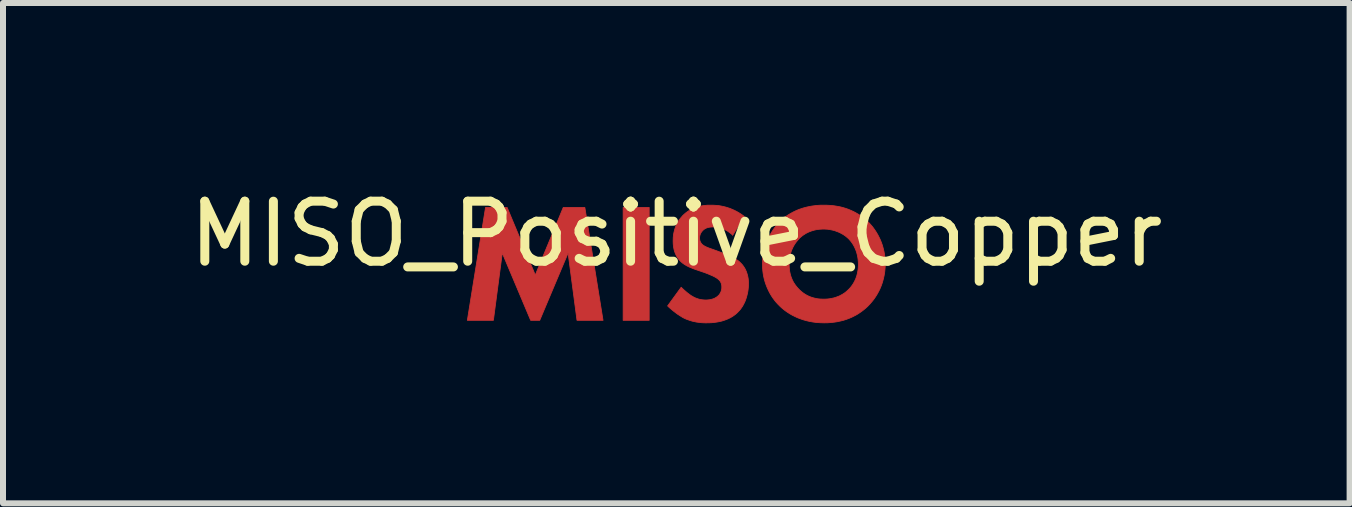
<source format=kicad_pcb>
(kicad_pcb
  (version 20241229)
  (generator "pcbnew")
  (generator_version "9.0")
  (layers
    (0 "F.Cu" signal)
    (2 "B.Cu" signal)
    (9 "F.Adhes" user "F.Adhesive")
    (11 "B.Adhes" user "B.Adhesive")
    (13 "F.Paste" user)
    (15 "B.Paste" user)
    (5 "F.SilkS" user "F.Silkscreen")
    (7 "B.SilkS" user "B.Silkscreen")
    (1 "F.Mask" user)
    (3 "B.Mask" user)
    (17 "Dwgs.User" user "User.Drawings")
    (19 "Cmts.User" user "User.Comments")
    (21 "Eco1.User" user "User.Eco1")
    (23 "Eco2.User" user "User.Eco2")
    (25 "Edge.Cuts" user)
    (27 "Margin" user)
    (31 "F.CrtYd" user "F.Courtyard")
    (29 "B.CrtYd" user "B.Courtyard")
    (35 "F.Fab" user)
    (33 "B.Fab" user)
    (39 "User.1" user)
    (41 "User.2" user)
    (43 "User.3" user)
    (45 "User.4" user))
  (footprint "MISO_Positive_Copper"
    (layer "F.Cu")
    (at 8.22 1.348)
    (property "Reference" "MISO_Positive_Copper" (at 0 -0.5 0) (unlocked yes) (layer "F.SilkS") (effects (font (size 1 1) (thickness 0.15))))
    (fp_poly (pts (xy -0.452 0.94) (xy -0.886 0.94) (xy -0.886 -0.941) (xy -0.452 -0.941)) (stroke (width 0.013) (type solid)) (fill yes) (layer "F.Cu"))
    (fp_poly (pts (xy -2.35 0.185) (xy -1.884 -0.941) (xy -1.524 -0.941) (xy -1.221 0.94) (xy -1.655 0.94) (xy -1.803 -0.182) (xy -2.276 0.94) (xy -2.427 0.94) (xy -2.9 -0.182) (xy -3.048 0.94) (xy -3.482 0.94) (xy -3.179 -0.941) (xy -2.819 -0.941)) (stroke (width 0.013) (type solid)) (fill yes) (layer "F.Cu"))
    (fp_poly (pts (xy 2.517 -0.978) (xy 2.57 -0.975) (xy 2.622 -0.97) (xy 2.673 -0.962) (xy 2.723 -0.953) (xy 2.772 -0.941) (xy 2.819 -0.927) (xy 2.865 -0.911) (xy 2.91 -0.892) (xy 2.954 -0.872) (xy 2.997 -0.849) (xy 3.038 -0.825) (xy 3.078 -0.798) (xy 3.116 -0.769) (xy 3.153 -0.738) (xy 3.189 -0.704) (xy 3.189 -0.708) (xy 3.221 -0.675) (xy 3.252 -0.64) (xy 3.282 -0.603) (xy 3.309 -0.565) (xy 3.335 -0.525) (xy 3.359 -0.484) (xy 3.381 -0.441) (xy 3.402 -0.397) (xy 3.42 -0.351) (xy 3.436 -0.305) (xy 3.449 -0.257) (xy 3.461 -0.207) (xy 3.47 -0.157) (xy 3.476 -0.105) (xy 3.48 -0.052) (xy 3.482 0.001) (xy 3.481 0.048) (xy 3.477 0.095) (xy 3.472 0.142) (xy 3.464 0.189) (xy 3.454 0.236) (xy 3.442 0.282) (xy 3.428 0.328) (xy 3.411 0.374) (xy 3.392 0.419) (xy 3.37 0.463) (xy 3.346 0.506) (xy 3.32 0.548) (xy 3.291 0.59) (xy 3.259 0.63) (xy 3.225 0.669) (xy 3.189 0.707) (xy 3.155 0.738) (xy 3.12 0.767) (xy 3.083 0.795) (xy 3.045 0.821) (xy 3.006 0.846) (xy 2.964 0.868) (xy 2.922 0.889) (xy 2.877 0.908) (xy 2.831 0.925) (xy 2.784 0.94) (xy 2.734 0.952) (xy 2.684 0.963) (xy 2.631 0.971) (xy 2.576 0.977) (xy 2.52 0.981) (xy 2.462 0.982) (xy 2.397 0.98) (xy 2.335 0.976) (xy 2.276 0.968) (xy 2.219 0.958) (xy 2.164 0.945) (xy 2.112 0.93) (xy 2.063 0.913) (xy 2.016 0.895) (xy 1.972 0.874) (xy 1.93 0.853) (xy 1.89 0.83) (xy 1.853 0.806) (xy 1.818 0.782) (xy 1.786 0.757) (xy 1.756 0.732) (xy 1.729 0.707) (xy 1.696 0.674) (xy 1.664 0.639) (xy 1.635 0.603) (xy 1.607 0.565) (xy 1.581 0.525) (xy 1.557 0.484) (xy 1.535 0.441) (xy 1.515 0.397) (xy 1.497 0.352) (xy 1.481 0.306) (xy 1.467 0.258) (xy 1.456 0.21) (xy 1.447 0.16) (xy 1.441 0.11) (xy 1.437 0.06) (xy 1.436 0.008) (xy 1.88 0.008) (xy 1.881 0.04) (xy 1.883 0.071) (xy 1.886 0.102) (xy 1.891 0.132) (xy 1.897 0.16) (xy 1.904 0.188) (xy 1.913 0.216) (xy 1.923 0.242) (xy 1.934 0.268) (xy 1.947 0.294) (xy 1.961 0.318) (xy 1.977 0.342) (xy 1.994 0.365) (xy 2.012 0.388) (xy 2.032 0.41) (xy 2.053 0.432) (xy 2.076 0.453) (xy 2.099 0.472) (xy 2.122 0.489) (xy 2.146 0.505) (xy 2.17 0.519) (xy 2.195 0.532) (xy 2.22 0.543) (xy 2.245 0.553) (xy 2.27 0.561) (xy 2.296 0.568) (xy 2.322 0.574) (xy 2.348 0.579) (xy 2.375 0.583) (xy 2.401 0.585) (xy 2.428 0.586) (xy 2.455 0.587) (xy 2.49 0.586) (xy 2.524 0.584) (xy 2.557 0.58) (xy 2.588 0.574) (xy 2.618 0.568) (xy 2.647 0.56) (xy 2.675 0.55) (xy 2.702 0.54) (xy 2.727 0.529) (xy 2.751 0.516) (xy 2.774 0.503) (xy 2.796 0.489) (xy 2.817 0.474) (xy 2.836 0.458) (xy 2.854 0.442) (xy 2.872 0.425) (xy 2.886 0.411) (xy 2.9 0.395) (xy 2.914 0.378) (xy 2.928 0.359) (xy 2.942 0.339) (xy 2.955 0.317) (xy 2.968 0.294) (xy 2.98 0.269) (xy 2.992 0.242) (xy 3.002 0.214) (xy 3.007 0.199) (xy 3.011 0.183) (xy 3.015 0.167) (xy 3.019 0.151) (xy 3.022 0.135) (xy 3.025 0.117) (xy 3.028 0.1) (xy 3.03 0.082) (xy 3.032 0.063) (xy 3.033 0.044) (xy 3.034 0.025) (xy 3.034 0.005) (xy 3.033 -0.031) (xy 3.03 -0.066) (xy 3.026 -0.099) (xy 3.02 -0.131) (xy 3.013 -0.162) (xy 3.005 -0.192) (xy 2.995 -0.221) (xy 2.984 -0.248) (xy 2.973 -0.274) (xy 2.96 -0.299) (xy 2.947 -0.322) (xy 2.933 -0.344) (xy 2.918 -0.365) (xy 2.903 -0.384) (xy 2.887 -0.402) (xy 2.872 -0.419) (xy 2.854 -0.435) (xy 2.834 -0.452) (xy 2.814 -0.468) (xy 2.792 -0.483) (xy 2.769 -0.497) (xy 2.745 -0.51) (xy 2.72 -0.523) (xy 2.694 -0.534) (xy 2.667 -0.544) (xy 2.639 -0.554) (xy 2.61 -0.562) (xy 2.58 -0.568) (xy 2.55 -0.574) (xy 2.519 -0.578) (xy 2.487 -0.58) (xy 2.455 -0.581) (xy 2.423 -0.58) (xy 2.392 -0.578) (xy 2.362 -0.575) (xy 2.332 -0.57) (xy 2.304 -0.564) (xy 2.276 -0.556) (xy 2.249 -0.548) (xy 2.222 -0.538) (xy 2.197 -0.527) (xy 2.172 -0.515) (xy 2.149 -0.502) (xy 2.126 -0.487) (xy 2.104 -0.472) (xy 2.083 -0.455) (xy 2.062 -0.437) (xy 2.042 -0.419) (xy 2.046 -0.419) (xy 2.031 -0.403) (xy 2.016 -0.386) (xy 2.001 -0.368) (xy 1.986 -0.348) (xy 1.972 -0.327) (xy 1.958 -0.304) (xy 1.945 -0.28) (xy 1.933 -0.254) (xy 1.921 -0.227) (xy 1.911 -0.198) (xy 1.902 -0.167) (xy 1.895 -0.135) (xy 1.891 -0.119) (xy 1.889 -0.102) (xy 1.886 -0.084) (xy 1.884 -0.067) (xy 1.882 -0.048) (xy 1.881 -0.03) (xy 1.88 -0.011) (xy 1.88 0.008) (xy 1.436 0.008) (xy 1.437 -0.043) (xy 1.441 -0.094) (xy 1.448 -0.145) (xy 1.457 -0.195) (xy 1.469 -0.245) (xy 1.483 -0.293) (xy 1.499 -0.341) (xy 1.517 -0.388) (xy 1.537 -0.433) (xy 1.559 -0.477) (xy 1.583 -0.519) (xy 1.608 -0.56) (xy 1.635 -0.599) (xy 1.664 -0.636) (xy 1.694 -0.671) (xy 1.725 -0.704) (xy 1.75 -0.728) (xy 1.778 -0.753) (xy 1.808 -0.777) (xy 1.841 -0.801) (xy 1.876 -0.824) (xy 1.915 -0.847) (xy 1.956 -0.869) (xy 2 -0.89) (xy 2.047 -0.909) (xy 2.097 -0.926) (xy 2.123 -0.934) (xy 2.15 -0.941) (xy 2.177 -0.948) (xy 2.206 -0.954) (xy 2.235 -0.96) (xy 2.265 -0.965) (xy 2.296 -0.969) (xy 2.327 -0.973) (xy 2.36 -0.976) (xy 2.393 -0.978) (xy 2.427 -0.979) (xy 2.462 -0.979)) (stroke (width 0.013) (type solid)) (fill yes) (layer "F.Cu"))
    (fp_poly (pts (xy 0.627 -0.978) (xy 0.656 -0.976) (xy 0.686 -0.974) (xy 0.718 -0.97) (xy 0.751 -0.964) (xy 0.785 -0.957) (xy 0.821 -0.948) (xy 0.857 -0.937) (xy 0.894 -0.925) (xy 0.932 -0.909) (xy 0.971 -0.892) (xy 1.011 -0.871) (xy 1.051 -0.848) (xy 1.091 -0.822) (xy 1.132 -0.792) (xy 0.938 -0.475) (xy 0.938 -0.482) (xy 0.912 -0.504) (xy 0.886 -0.524) (xy 0.861 -0.542) (xy 0.837 -0.557) (xy 0.814 -0.569) (xy 0.791 -0.58) (xy 0.769 -0.589) (xy 0.748 -0.597) (xy 0.728 -0.603) (xy 0.709 -0.607) (xy 0.691 -0.611) (xy 0.674 -0.613) (xy 0.659 -0.615) (xy 0.645 -0.616) (xy 0.621 -0.616) (xy 0.598 -0.616) (xy 0.586 -0.615) (xy 0.574 -0.614) (xy 0.562 -0.613) (xy 0.549 -0.611) (xy 0.537 -0.609) (xy 0.525 -0.606) (xy 0.513 -0.602) (xy 0.501 -0.598) (xy 0.49 -0.592) (xy 0.478 -0.586) (xy 0.467 -0.579) (xy 0.457 -0.572) (xy 0.452 -0.567) (xy 0.447 -0.563) (xy 0.442 -0.558) (xy 0.437 -0.553) (xy 0.432 -0.547) (xy 0.427 -0.541) (xy 0.422 -0.535) (xy 0.418 -0.529) (xy 0.413 -0.522) (xy 0.409 -0.515) (xy 0.406 -0.508) (xy 0.402 -0.501) (xy 0.399 -0.493) (xy 0.396 -0.485) (xy 0.394 -0.477) (xy 0.392 -0.468) (xy 0.39 -0.46) (xy 0.389 -0.451) (xy 0.388 -0.442) (xy 0.388 -0.433) (xy 0.388 -0.424) (xy 0.389 -0.416) (xy 0.389 -0.408) (xy 0.391 -0.401) (xy 0.392 -0.393) (xy 0.394 -0.386) (xy 0.396 -0.38) (xy 0.399 -0.373) (xy 0.401 -0.367) (xy 0.405 -0.361) (xy 0.408 -0.355) (xy 0.412 -0.349) (xy 0.416 -0.343) (xy 0.42 -0.338) (xy 0.425 -0.332) (xy 0.43 -0.327) (xy 0.439 -0.319) (xy 0.448 -0.312) (xy 0.458 -0.305) (xy 0.469 -0.299) (xy 0.48 -0.293) (xy 0.492 -0.287) (xy 0.504 -0.281) (xy 0.518 -0.275) (xy 0.533 -0.269) (xy 0.548 -0.263) (xy 0.583 -0.251) (xy 0.667 -0.221) (xy 0.808 -0.168) (xy 0.839 -0.156) (xy 0.872 -0.142) (xy 0.905 -0.127) (xy 0.922 -0.119) (xy 0.939 -0.11) (xy 0.956 -0.101) (xy 0.973 -0.092) (xy 0.989 -0.082) (xy 1.005 -0.071) (xy 1.021 -0.06) (xy 1.036 -0.049) (xy 1.051 -0.036) (xy 1.065 -0.023) (xy 1.085 -0.003) (xy 1.103 0.017) (xy 1.119 0.039) (xy 1.133 0.06) (xy 1.146 0.082) (xy 1.157 0.105) (xy 1.167 0.127) (xy 1.175 0.15) (xy 1.182 0.173) (xy 1.188 0.195) (xy 1.193 0.218) (xy 1.197 0.24) (xy 1.2 0.262) (xy 1.201 0.284) (xy 1.203 0.305) (xy 1.203 0.326) (xy 1.202 0.362) (xy 1.2 0.397) (xy 1.196 0.432) (xy 1.191 0.466) (xy 1.184 0.499) (xy 1.176 0.531) (xy 1.167 0.563) (xy 1.157 0.593) (xy 1.146 0.622) (xy 1.133 0.65) (xy 1.119 0.677) (xy 1.105 0.703) (xy 1.089 0.727) (xy 1.073 0.75) (xy 1.055 0.772) (xy 1.037 0.791) (xy 1.021 0.808) (xy 1.005 0.823) (xy 0.989 0.837) (xy 0.972 0.85) (xy 0.954 0.863) (xy 0.937 0.875) (xy 0.901 0.896) (xy 0.865 0.914) (xy 0.828 0.929) (xy 0.791 0.942) (xy 0.755 0.953) (xy 0.719 0.961) (xy 0.683 0.968) (xy 0.649 0.973) (xy 0.616 0.977) (xy 0.585 0.98) (xy 0.556 0.981) (xy 0.504 0.982) (xy 0.479 0.982) (xy 0.455 0.981) (xy 0.43 0.98) (xy 0.406 0.978) (xy 0.382 0.975) (xy 0.359 0.972) (xy 0.335 0.969) (xy 0.312 0.964) (xy 0.289 0.959) (xy 0.266 0.954) (xy 0.243 0.947) (xy 0.221 0.94) (xy 0.198 0.932) (xy 0.175 0.924) (xy 0.153 0.915) (xy 0.13 0.904) (xy 0.112 0.895) (xy 0.094 0.884) (xy 0.076 0.873) (xy 0.057 0.861) (xy 0.039 0.849) (xy 0.02 0.837) (xy -0.016 0.81) (xy -0.052 0.782) (xy -0.085 0.755) (xy -0.117 0.727) (xy -0.145 0.7) (xy 0.081 0.389) (xy 0.101 0.408) (xy 0.122 0.428) (xy 0.145 0.448) (xy 0.168 0.468) (xy 0.191 0.487) (xy 0.215 0.505) (xy 0.226 0.513) (xy 0.237 0.521) (xy 0.247 0.528) (xy 0.257 0.534) (xy 0.271 0.542) (xy 0.285 0.55) (xy 0.299 0.557) (xy 0.313 0.564) (xy 0.327 0.57) (xy 0.342 0.575) (xy 0.356 0.58) (xy 0.37 0.585) (xy 0.385 0.589) (xy 0.4 0.592) (xy 0.415 0.595) (xy 0.43 0.597) (xy 0.446 0.599) (xy 0.461 0.6) (xy 0.477 0.601) (xy 0.494 0.601) (xy 0.505 0.601) (xy 0.516 0.6) (xy 0.528 0.6) (xy 0.54 0.598) (xy 0.552 0.597) (xy 0.564 0.595) (xy 0.577 0.592) (xy 0.59 0.589) (xy 0.603 0.585) (xy 0.616 0.581) (xy 0.629 0.576) (xy 0.642 0.57) (xy 0.654 0.563) (xy 0.667 0.555) (xy 0.679 0.547) (xy 0.691 0.537) (xy 0.698 0.531) (xy 0.704 0.525) (xy 0.711 0.518) (xy 0.717 0.51) (xy 0.723 0.502) (xy 0.728 0.494) (xy 0.733 0.485) (xy 0.738 0.476) (xy 0.743 0.467) (xy 0.746 0.456) (xy 0.75 0.446) (xy 0.751 0.44) (xy 0.753 0.435) (xy 0.754 0.429) (xy 0.755 0.423) (xy 0.756 0.417) (xy 0.757 0.411) (xy 0.758 0.405) (xy 0.758 0.399) (xy 0.758 0.392) (xy 0.758 0.386) (xy 0.758 0.374) (xy 0.757 0.363) (xy 0.756 0.353) (xy 0.754 0.343) (xy 0.751 0.333) (xy 0.749 0.324) (xy 0.745 0.315) (xy 0.741 0.307) (xy 0.737 0.299) (xy 0.732 0.291) (xy 0.727 0.284) (xy 0.721 0.277) (xy 0.715 0.27) (xy 0.709 0.264) (xy 0.702 0.258) (xy 0.695 0.252) (xy 0.685 0.244) (xy 0.673 0.236) (xy 0.661 0.228) (xy 0.647 0.22) (xy 0.633 0.213) (xy 0.618 0.205) (xy 0.587 0.191) (xy 0.556 0.178) (xy 0.526 0.165) (xy 0.476 0.146) (xy 0.321 0.093) (xy 0.287 0.081) (xy 0.253 0.067) (xy 0.218 0.053) (xy 0.201 0.045) (xy 0.184 0.036) (xy 0.167 0.027) (xy 0.15 0.017) (xy 0.134 0.007) (xy 0.118 -0.004) (xy 0.103 -0.015) (xy 0.088 -0.028) (xy 0.073 -0.041) (xy 0.06 -0.055) (xy 0.042 -0.075) (xy 0.027 -0.096) (xy 0.013 -0.117) (xy 0.001 -0.138) (xy -0.01 -0.16) (xy -0.019 -0.181) (xy -0.027 -0.203) (xy -0.034 -0.225) (xy -0.039 -0.246) (xy -0.043 -0.267) (xy -0.047 -0.288) (xy -0.049 -0.308) (xy -0.051 -0.328) (xy -0.052 -0.347) (xy -0.053 -0.383) (xy -0.052 -0.414) (xy -0.051 -0.444) (xy -0.048 -0.474) (xy -0.044 -0.503) (xy -0.038 -0.531) (xy -0.031 -0.559) (xy -0.023 -0.587) (xy -0.014 -0.613) (xy -0.004 -0.64) (xy 0.008 -0.665) (xy 0.022 -0.69) (xy 0.036 -0.715) (xy 0.052 -0.739) (xy 0.07 -0.762) (xy 0.089 -0.784) (xy 0.109 -0.807) (xy 0.135 -0.831) (xy 0.161 -0.853) (xy 0.187 -0.872) (xy 0.214 -0.89) (xy 0.241 -0.906) (xy 0.269 -0.92) (xy 0.297 -0.933) (xy 0.326 -0.943) (xy 0.356 -0.952) (xy 0.385 -0.96) (xy 0.416 -0.966) (xy 0.447 -0.971) (xy 0.478 -0.975) (xy 0.51 -0.978) (xy 0.542 -0.979) (xy 0.575 -0.979)) (stroke (width 0.013) (type solid)) (fill yes) (layer "F.Cu")))
  (gr_rect
    (start -3 -3)
    (end 19.44 5.337)
    (stroke (width 0.1) (type default))
    (fill no)
    (layer "Edge.Cuts")))
</source>
